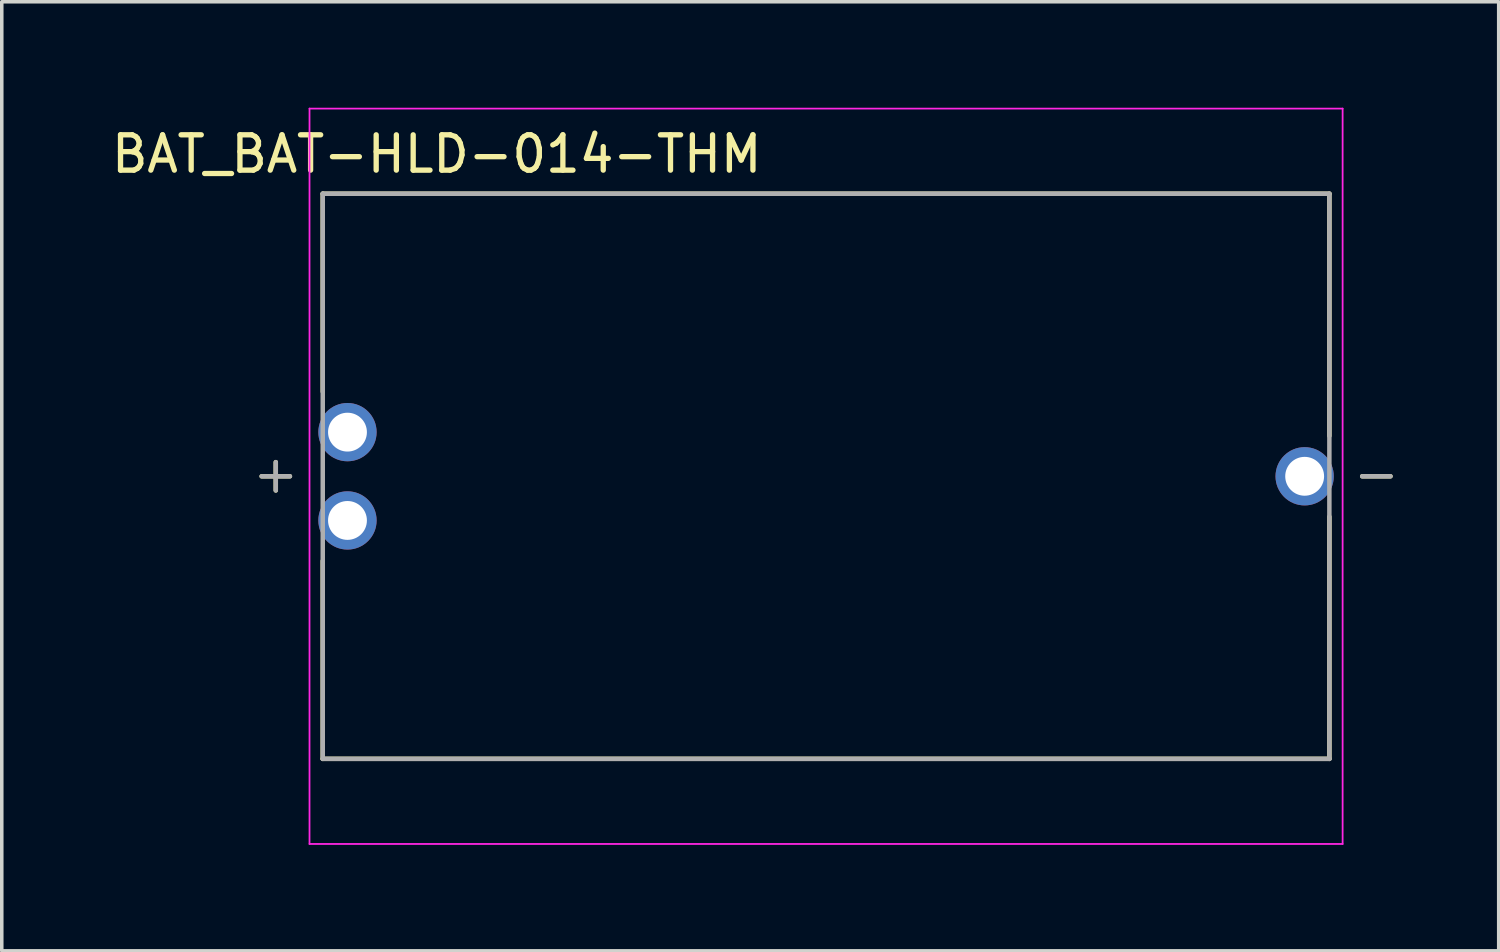
<source format=kicad_pcb>
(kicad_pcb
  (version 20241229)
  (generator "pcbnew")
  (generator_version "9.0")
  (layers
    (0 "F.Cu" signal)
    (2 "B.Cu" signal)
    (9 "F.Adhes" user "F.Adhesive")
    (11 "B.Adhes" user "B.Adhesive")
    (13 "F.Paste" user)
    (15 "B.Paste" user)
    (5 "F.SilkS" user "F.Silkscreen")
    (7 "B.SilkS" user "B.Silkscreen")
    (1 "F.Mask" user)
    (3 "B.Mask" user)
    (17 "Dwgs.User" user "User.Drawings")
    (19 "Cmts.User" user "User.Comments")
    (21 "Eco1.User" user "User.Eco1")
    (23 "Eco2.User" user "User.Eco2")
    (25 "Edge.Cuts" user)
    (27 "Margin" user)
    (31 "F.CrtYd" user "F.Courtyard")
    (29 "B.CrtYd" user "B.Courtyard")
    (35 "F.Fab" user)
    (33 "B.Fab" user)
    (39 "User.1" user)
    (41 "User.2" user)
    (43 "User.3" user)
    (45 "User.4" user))
  (footprint "BAT_BAT-HLD-014-THM"
    (layer "F.Cu")
    (at 20.338 10.435)
    (property "Reference" "BAT_BAT-HLD-014-THM" (at -11.023 -9.123 0) (layer "F.SilkS") (effects (font (size 1 1) (thickness 0.15))))
    (attr through_hole)
    (fp_line (start -15.98 0) (end -15.18 0) (stroke (width 0.127) (type solid)) (layer "F.SilkS"))
    (fp_line (start -15.58 -0.4) (end -15.58 0.4) (stroke (width 0.127) (type solid)) (layer "F.SilkS"))
    (fp_line (start -14.25 -8) (end 14.25 -8) (stroke (width 0.127) (type solid)) (layer "F.SilkS"))
    (fp_line (start -14.25 -2.395) (end -14.25 -8) (stroke (width 0.127) (type solid)) (layer "F.SilkS"))
    (fp_line (start -14.25 8) (end -14.25 2.395) (stroke (width 0.127) (type solid)) (layer "F.SilkS"))
    (fp_line (start 14.25 -8) (end 14.25 -1.145) (stroke (width 0.127) (type solid)) (layer "F.SilkS"))
    (fp_line (start 14.25 8) (end -14.25 8) (stroke (width 0.127) (type solid)) (layer "F.SilkS"))
    (fp_line (start 14.25 8) (end 14.25 1.145) (stroke (width 0.127) (type solid)) (layer "F.SilkS"))
    (fp_line (start 15.98 0) (end 15.18 0) (stroke (width 0.127) (type solid)) (layer "F.SilkS"))
    (fp_line (start -14.625 -10.41) (end -14.625 10.41) (stroke (width 0.05) (type solid)) (layer "F.CrtYd"))
    (fp_line (start -14.625 10.41) (end 14.625 10.41) (stroke (width 0.05) (type solid)) (layer "F.CrtYd"))
    (fp_line (start 14.625 -10.41) (end -14.625 -10.41) (stroke (width 0.05) (type solid)) (layer "F.CrtYd"))
    (fp_line (start 14.625 10.41) (end 14.625 -10.41) (stroke (width 0.05) (type solid)) (layer "F.CrtYd"))
    (fp_line (start -15.98 0) (end -15.18 0) (stroke (width 0.127) (type solid)) (layer "F.Fab"))
    (fp_line (start -15.58 -0.4) (end -15.58 0.4) (stroke (width 0.127) (type solid)) (layer "F.Fab"))
    (fp_line (start -14.25 -8) (end 14.25 -8) (stroke (width 0.127) (type solid)) (layer "F.Fab"))
    (fp_line (start -14.25 8) (end -14.25 -8) (stroke (width 0.127) (type solid)) (layer "F.Fab"))
    (fp_line (start 14.25 -8) (end 14.25 8) (stroke (width 0.127) (type solid)) (layer "F.Fab"))
    (fp_line (start 14.25 8) (end -14.25 8) (stroke (width 0.127) (type solid)) (layer "F.Fab"))
    (fp_line (start 15.98 0) (end 15.18 0) (stroke (width 0.127) (type solid)) (layer "F.Fab"))
    (pad "N" thru_hole circle (at 13.55 0) (size 1.65 1.65) (drill 1.1) (layers "*.Cu" "*.Mask"))
    (pad "P_1" thru_hole circle (at -13.55 -1.25) (size 1.65 1.65) (drill 1.1) (layers "*.Cu" "*.Mask"))
    (pad "P_2" thru_hole circle (at -13.55 1.25) (size 1.65 1.65) (drill 1.1) (layers "*.Cu" "*.Mask")))
  (gr_rect
    (start -3 -3)
    (end 39.382 23.87)
    (stroke (width 0.1) (type default))
    (fill no)
    (layer "Edge.Cuts")))
</source>
